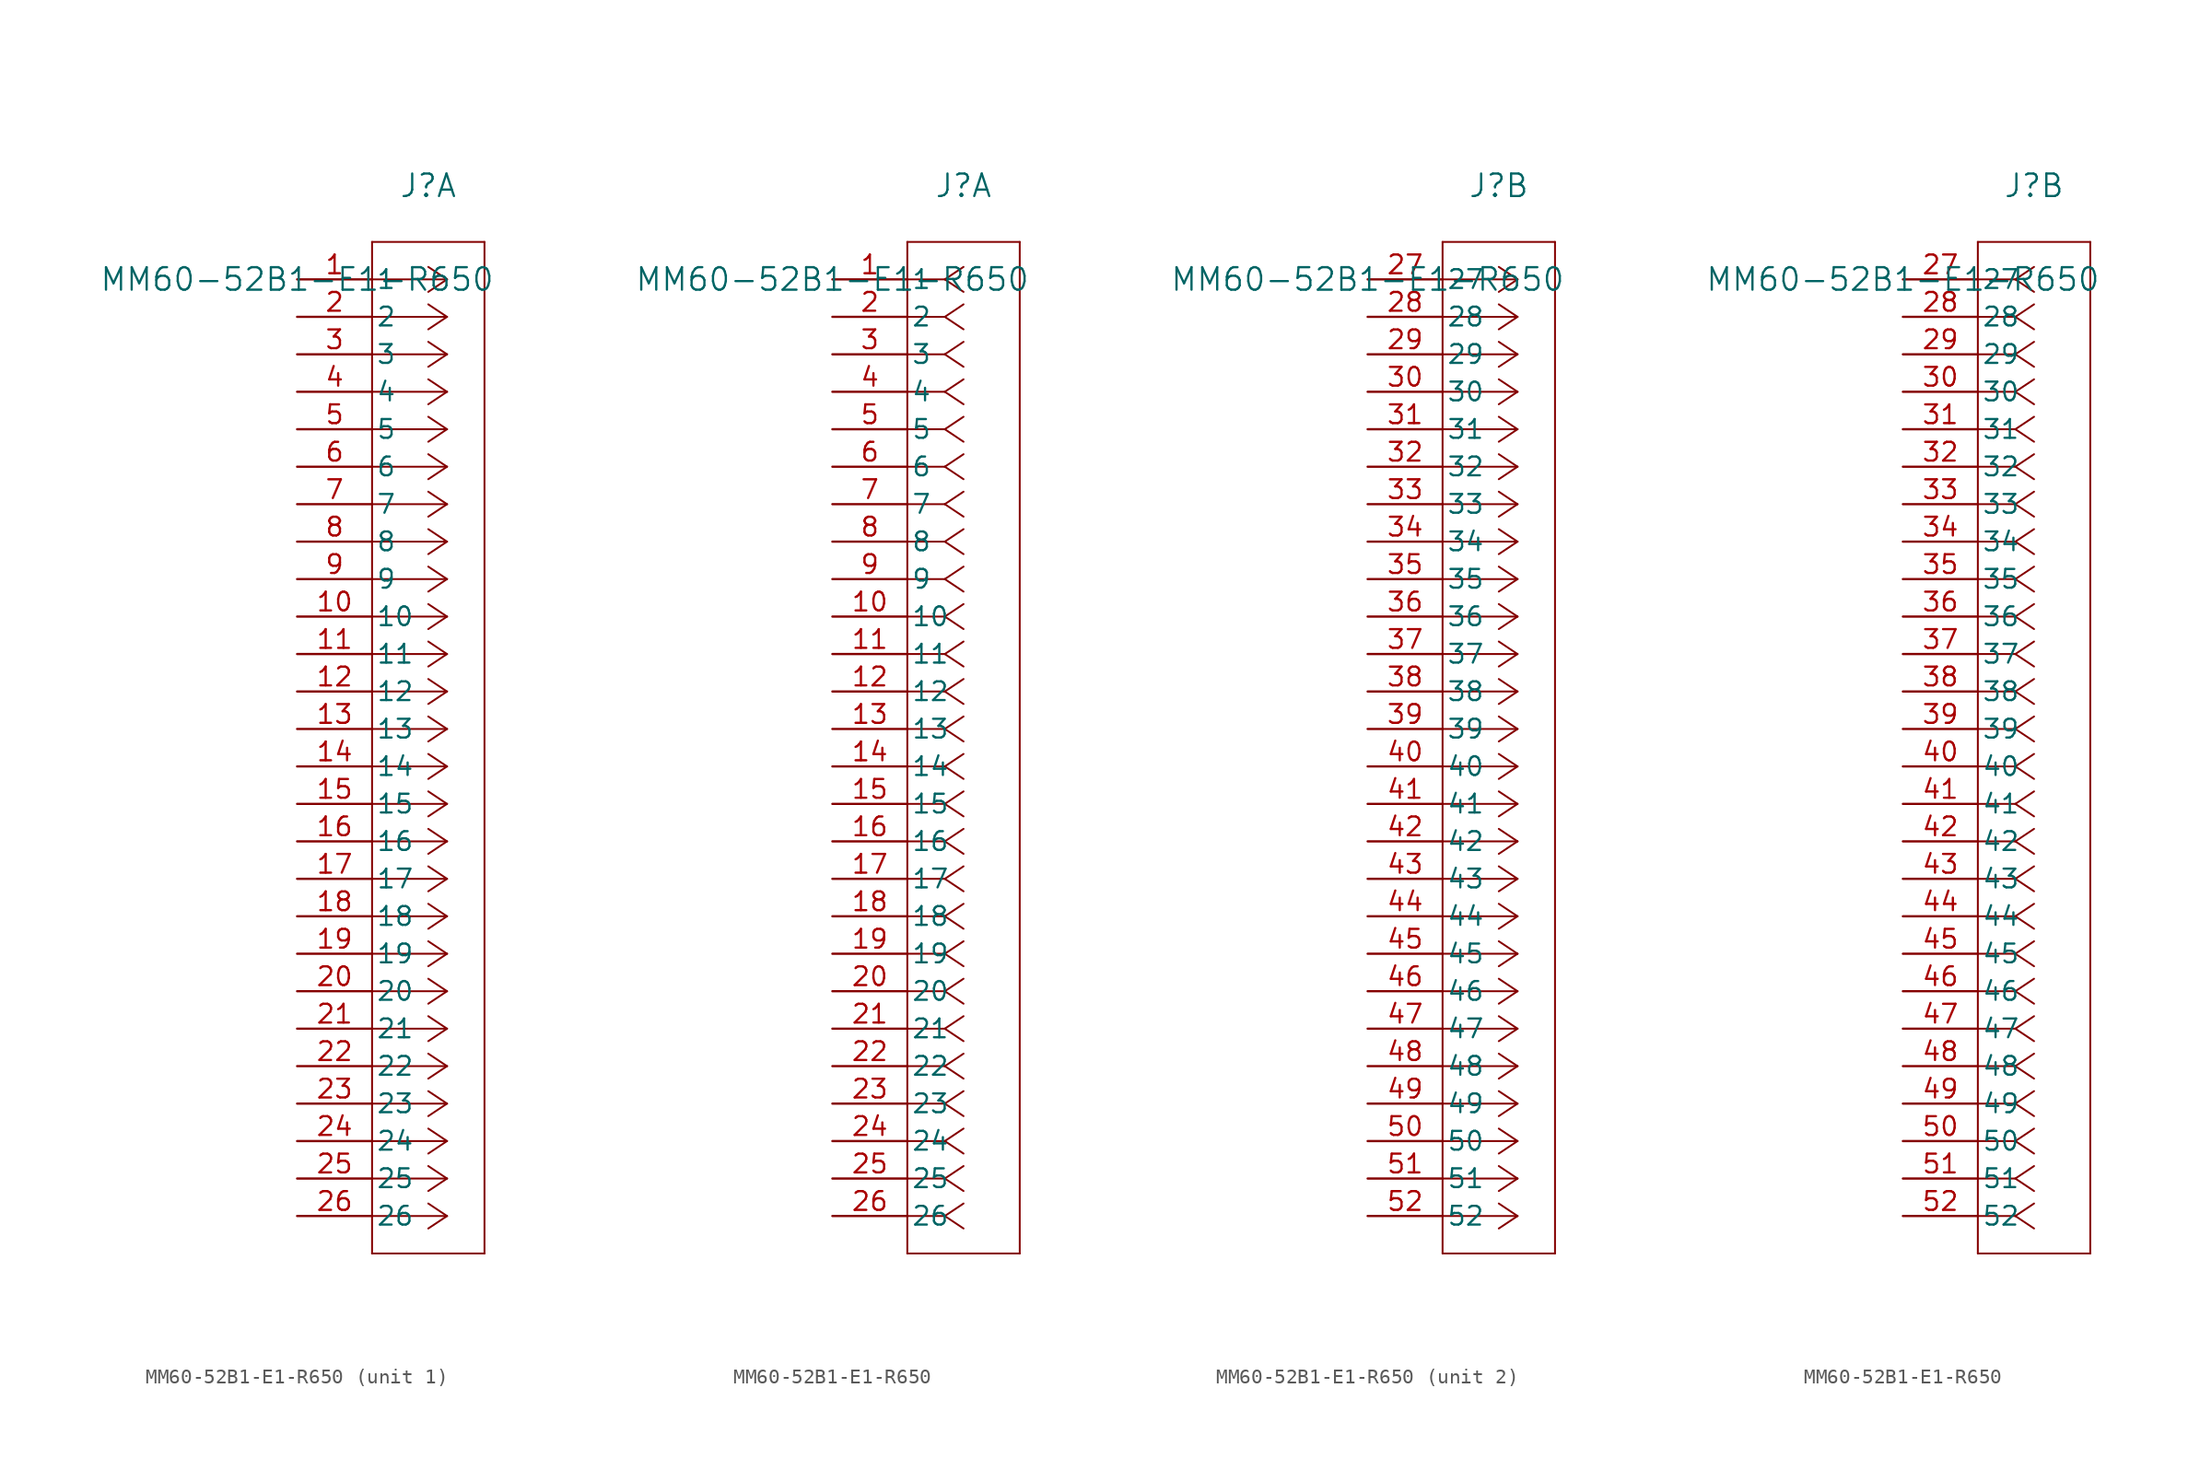
<source format=kicad_sym>
(kicad_symbol_lib
  (version 20211014)
  (generator kicad_symbol_editor)
  (symbol "MM60-52B1-E1-R650"
    (pin_names
      (offset 0.254))
    (property "Reference" "J"
      (at 8.89 6.35 0)
      (effects (font (size 1.524 1.524))))
    (property "Value" "MM60-52B1-E1-R650"
      (at 0 0 0)
      (effects (font (size 1.524 1.524))))
    (symbol "MM60-52B1-E1-R650_1_1"
      (polyline (pts (xy 10.16 0) (xy 5.08 0)) (stroke (width 0.127) (type default) (color 0 0 0 0)) (fill (type none)))
      (polyline (pts (xy 10.16 -2.54) (xy 5.08 -2.54)) (stroke (width 0.127) (type default) (color 0 0 0 0)) (fill (type none)))
      (polyline (pts (xy 10.16 -5.08) (xy 5.08 -5.08)) (stroke (width 0.127) (type default) (color 0 0 0 0)) (fill (type none)))
      (polyline (pts (xy 10.16 -7.62) (xy 5.08 -7.62)) (stroke (width 0.127) (type default) (color 0 0 0 0)) (fill (type none)))
      (polyline (pts (xy 10.16 -10.16) (xy 5.08 -10.16)) (stroke (width 0.127) (type default) (color 0 0 0 0)) (fill (type none)))
      (polyline (pts (xy 10.16 -12.7) (xy 5.08 -12.7)) (stroke (width 0.127) (type default) (color 0 0 0 0)) (fill (type none)))
      (polyline (pts (xy 10.16 -15.24) (xy 5.08 -15.24)) (stroke (width 0.127) (type default) (color 0 0 0 0)) (fill (type none)))
      (polyline (pts (xy 10.16 -17.78) (xy 5.08 -17.78)) (stroke (width 0.127) (type default) (color 0 0 0 0)) (fill (type none)))
      (polyline (pts (xy 10.16 -20.32) (xy 5.08 -20.32)) (stroke (width 0.127) (type default) (color 0 0 0 0)) (fill (type none)))
      (polyline (pts (xy 10.16 -22.86) (xy 5.08 -22.86)) (stroke (width 0.127) (type default) (color 0 0 0 0)) (fill (type none)))
      (polyline (pts (xy 10.16 -25.4) (xy 5.08 -25.4)) (stroke (width 0.127) (type default) (color 0 0 0 0)) (fill (type none)))
      (polyline (pts (xy 10.16 -27.94) (xy 5.08 -27.94)) (stroke (width 0.127) (type default) (color 0 0 0 0)) (fill (type none)))
      (polyline (pts (xy 10.16 -30.48) (xy 5.08 -30.48)) (stroke (width 0.127) (type default) (color 0 0 0 0)) (fill (type none)))
      (polyline (pts (xy 10.16 -33.02) (xy 5.08 -33.02)) (stroke (width 0.127) (type default) (color 0 0 0 0)) (fill (type none)))
      (polyline (pts (xy 10.16 -35.56) (xy 5.08 -35.56)) (stroke (width 0.127) (type default) (color 0 0 0 0)) (fill (type none)))
      (polyline (pts (xy 10.16 -38.1) (xy 5.08 -38.1)) (stroke (width 0.127) (type default) (color 0 0 0 0)) (fill (type none)))
      (polyline (pts (xy 10.16 -40.64) (xy 5.08 -40.64)) (stroke (width 0.127) (type default) (color 0 0 0 0)) (fill (type none)))
      (polyline (pts (xy 10.16 -43.18) (xy 5.08 -43.18)) (stroke (width 0.127) (type default) (color 0 0 0 0)) (fill (type none)))
      (polyline (pts (xy 10.16 -45.72) (xy 5.08 -45.72)) (stroke (width 0.127) (type default) (color 0 0 0 0)) (fill (type none)))
      (polyline (pts (xy 10.16 -48.26) (xy 5.08 -48.26)) (stroke (width 0.127) (type default) (color 0 0 0 0)) (fill (type none)))
      (polyline (pts (xy 10.16 -50.8) (xy 5.08 -50.8)) (stroke (width 0.127) (type default) (color 0 0 0 0)) (fill (type none)))
      (polyline (pts (xy 10.16 -53.34) (xy 5.08 -53.34)) (stroke (width 0.127) (type default) (color 0 0 0 0)) (fill (type none)))
      (polyline (pts (xy 10.16 -55.88) (xy 5.08 -55.88)) (stroke (width 0.127) (type default) (color 0 0 0 0)) (fill (type none)))
      (polyline (pts (xy 10.16 -58.42) (xy 5.08 -58.42)) (stroke (width 0.127) (type default) (color 0 0 0 0)) (fill (type none)))
      (polyline (pts (xy 10.16 -60.96) (xy 5.08 -60.96)) (stroke (width 0.127) (type default) (color 0 0 0 0)) (fill (type none)))
      (polyline (pts (xy 10.16 -63.5) (xy 5.08 -63.5)) (stroke (width 0.127) (type default) (color 0 0 0 0)) (fill (type none)))
      (polyline (pts (xy 10.16 0) (xy 8.89 0.847)) (stroke (width 0.127) (type default) (color 0 0 0 0)) (fill (type none)))
      (polyline (pts (xy 10.16 -2.54) (xy 8.89 -1.693)) (stroke (width 0.127) (type default) (color 0 0 0 0)) (fill (type none)))
      (polyline (pts (xy 10.16 -5.08) (xy 8.89 -4.233)) (stroke (width 0.127) (type default) (color 0 0 0 0)) (fill (type none)))
      (polyline (pts (xy 10.16 -7.62) (xy 8.89 -6.773)) (stroke (width 0.127) (type default) (color 0 0 0 0)) (fill (type none)))
      (polyline (pts (xy 10.16 -10.16) (xy 8.89 -9.313)) (stroke (width 0.127) (type default) (color 0 0 0 0)) (fill (type none)))
      (polyline (pts (xy 10.16 -12.7) (xy 8.89 -11.853)) (stroke (width 0.127) (type default) (color 0 0 0 0)) (fill (type none)))
      (polyline (pts (xy 10.16 -15.24) (xy 8.89 -14.393)) (stroke (width 0.127) (type default) (color 0 0 0 0)) (fill (type none)))
      (polyline (pts (xy 10.16 -17.78) (xy 8.89 -16.933)) (stroke (width 0.127) (type default) (color 0 0 0 0)) (fill (type none)))
      (polyline (pts (xy 10.16 -20.32) (xy 8.89 -19.473)) (stroke (width 0.127) (type default) (color 0 0 0 0)) (fill (type none)))
      (polyline (pts (xy 10.16 -22.86) (xy 8.89 -22.013)) (stroke (width 0.127) (type default) (color 0 0 0 0)) (fill (type none)))
      (polyline (pts (xy 10.16 -25.4) (xy 8.89 -24.553)) (stroke (width 0.127) (type default) (color 0 0 0 0)) (fill (type none)))
      (polyline (pts (xy 10.16 -27.94) (xy 8.89 -27.093)) (stroke (width 0.127) (type default) (color 0 0 0 0)) (fill (type none)))
      (polyline (pts (xy 10.16 -30.48) (xy 8.89 -29.633)) (stroke (width 0.127) (type default) (color 0 0 0 0)) (fill (type none)))
      (polyline (pts (xy 10.16 -33.02) (xy 8.89 -32.173)) (stroke (width 0.127) (type default) (color 0 0 0 0)) (fill (type none)))
      (polyline (pts (xy 10.16 -35.56) (xy 8.89 -34.713)) (stroke (width 0.127) (type default) (color 0 0 0 0)) (fill (type none)))
      (polyline (pts (xy 10.16 -38.1) (xy 8.89 -37.253)) (stroke (width 0.127) (type default) (color 0 0 0 0)) (fill (type none)))
      (polyline (pts (xy 10.16 -40.64) (xy 8.89 -39.793)) (stroke (width 0.127) (type default) (color 0 0 0 0)) (fill (type none)))
      (polyline (pts (xy 10.16 -43.18) (xy 8.89 -42.333)) (stroke (width 0.127) (type default) (color 0 0 0 0)) (fill (type none)))
      (polyline (pts (xy 10.16 -45.72) (xy 8.89 -44.873)) (stroke (width 0.127) (type default) (color 0 0 0 0)) (fill (type none)))
      (polyline (pts (xy 10.16 -48.26) (xy 8.89 -47.413)) (stroke (width 0.127) (type default) (color 0 0 0 0)) (fill (type none)))
      (polyline (pts (xy 10.16 -50.8) (xy 8.89 -49.953)) (stroke (width 0.127) (type default) (color 0 0 0 0)) (fill (type none)))
      (polyline (pts (xy 10.16 -53.34) (xy 8.89 -52.493)) (stroke (width 0.127) (type default) (color 0 0 0 0)) (fill (type none)))
      (polyline (pts (xy 10.16 -55.88) (xy 8.89 -55.033)) (stroke (width 0.127) (type default) (color 0 0 0 0)) (fill (type none)))
      (polyline (pts (xy 10.16 -58.42) (xy 8.89 -57.573)) (stroke (width 0.127) (type default) (color 0 0 0 0)) (fill (type none)))
      (polyline (pts (xy 10.16 -60.96) (xy 8.89 -60.113)) (stroke (width 0.127) (type default) (color 0 0 0 0)) (fill (type none)))
      (polyline (pts (xy 10.16 -63.5) (xy 8.89 -62.653)) (stroke (width 0.127) (type default) (color 0 0 0 0)) (fill (type none)))
      (polyline (pts (xy 10.16 0) (xy 8.89 -0.847)) (stroke (width 0.127) (type default) (color 0 0 0 0)) (fill (type none)))
      (polyline (pts (xy 10.16 -2.54) (xy 8.89 -3.387)) (stroke (width 0.127) (type default) (color 0 0 0 0)) (fill (type none)))
      (polyline (pts (xy 10.16 -5.08) (xy 8.89 -5.927)) (stroke (width 0.127) (type default) (color 0 0 0 0)) (fill (type none)))
      (polyline (pts (xy 10.16 -7.62) (xy 8.89 -8.467)) (stroke (width 0.127) (type default) (color 0 0 0 0)) (fill (type none)))
      (polyline (pts (xy 10.16 -10.16) (xy 8.89 -11.007)) (stroke (width 0.127) (type default) (color 0 0 0 0)) (fill (type none)))
      (polyline (pts (xy 10.16 -12.7) (xy 8.89 -13.547)) (stroke (width 0.127) (type default) (color 0 0 0 0)) (fill (type none)))
      (polyline (pts (xy 10.16 -15.24) (xy 8.89 -16.087)) (stroke (width 0.127) (type default) (color 0 0 0 0)) (fill (type none)))
      (polyline (pts (xy 10.16 -17.78) (xy 8.89 -18.627)) (stroke (width 0.127) (type default) (color 0 0 0 0)) (fill (type none)))
      (polyline (pts (xy 10.16 -20.32) (xy 8.89 -21.167)) (stroke (width 0.127) (type default) (color 0 0 0 0)) (fill (type none)))
      (polyline (pts (xy 10.16 -22.86) (xy 8.89 -23.707)) (stroke (width 0.127) (type default) (color 0 0 0 0)) (fill (type none)))
      (polyline (pts (xy 10.16 -25.4) (xy 8.89 -26.247)) (stroke (width 0.127) (type default) (color 0 0 0 0)) (fill (type none)))
      (polyline (pts (xy 10.16 -27.94) (xy 8.89 -28.787)) (stroke (width 0.127) (type default) (color 0 0 0 0)) (fill (type none)))
      (polyline (pts (xy 10.16 -30.48) (xy 8.89 -31.327)) (stroke (width 0.127) (type default) (color 0 0 0 0)) (fill (type none)))
      (polyline (pts (xy 10.16 -33.02) (xy 8.89 -33.867)) (stroke (width 0.127) (type default) (color 0 0 0 0)) (fill (type none)))
      (polyline (pts (xy 10.16 -35.56) (xy 8.89 -36.407)) (stroke (width 0.127) (type default) (color 0 0 0 0)) (fill (type none)))
      (polyline (pts (xy 10.16 -38.1) (xy 8.89 -38.947)) (stroke (width 0.127) (type default) (color 0 0 0 0)) (fill (type none)))
      (polyline (pts (xy 10.16 -40.64) (xy 8.89 -41.487)) (stroke (width 0.127) (type default) (color 0 0 0 0)) (fill (type none)))
      (polyline (pts (xy 10.16 -43.18) (xy 8.89 -44.027)) (stroke (width 0.127) (type default) (color 0 0 0 0)) (fill (type none)))
      (polyline (pts (xy 10.16 -45.72) (xy 8.89 -46.567)) (stroke (width 0.127) (type default) (color 0 0 0 0)) (fill (type none)))
      (polyline (pts (xy 10.16 -48.26) (xy 8.89 -49.107)) (stroke (width 0.127) (type default) (color 0 0 0 0)) (fill (type none)))
      (polyline (pts (xy 10.16 -50.8) (xy 8.89 -51.647)) (stroke (width 0.127) (type default) (color 0 0 0 0)) (fill (type none)))
      (polyline (pts (xy 10.16 -53.34) (xy 8.89 -54.187)) (stroke (width 0.127) (type default) (color 0 0 0 0)) (fill (type none)))
      (polyline (pts (xy 10.16 -55.88) (xy 8.89 -56.727)) (stroke (width 0.127) (type default) (color 0 0 0 0)) (fill (type none)))
      (polyline (pts (xy 10.16 -58.42) (xy 8.89 -59.267)) (stroke (width 0.127) (type default) (color 0 0 0 0)) (fill (type none)))
      (polyline (pts (xy 10.16 -60.96) (xy 8.89 -61.807)) (stroke (width 0.127) (type default) (color 0 0 0 0)) (fill (type none)))
      (polyline (pts (xy 10.16 -63.5) (xy 8.89 -64.347)) (stroke (width 0.127) (type default) (color 0 0 0 0)) (fill (type none)))
      (polyline (pts (xy 5.08 2.54) (xy 5.08 -66.04)) (stroke (width 0.127) (type default) (color 0 0 0 0)) (fill (type none)))
      (polyline (pts (xy 5.08 -66.04) (xy 12.7 -66.04)) (stroke (width 0.127) (type default) (color 0 0 0 0)) (fill (type none)))
      (polyline (pts (xy 12.7 -66.04) (xy 12.7 2.54)) (stroke (width 0.127) (type default) (color 0 0 0 0)) (fill (type none)))
      (polyline (pts (xy 12.7 2.54) (xy 5.08 2.54)) (stroke (width 0.127) (type default) (color 0 0 0 0)) (fill (type none)))
      (pin unspecified line (at 0 0 0) (length 5.08) (name "1" (effects (font (size 1.27 1.27)))) (number "1" (effects (font (size 1.27 1.27)))))
      (pin unspecified line (at 0 -2.54 0) (length 5.08) (name "2" (effects (font (size 1.27 1.27)))) (number "2" (effects (font (size 1.27 1.27)))))
      (pin unspecified line (at 0 -5.08 0) (length 5.08) (name "3" (effects (font (size 1.27 1.27)))) (number "3" (effects (font (size 1.27 1.27)))))
      (pin unspecified line (at 0 -7.62 0) (length 5.08) (name "4" (effects (font (size 1.27 1.27)))) (number "4" (effects (font (size 1.27 1.27)))))
      (pin unspecified line (at 0 -10.16 0) (length 5.08) (name "5" (effects (font (size 1.27 1.27)))) (number "5" (effects (font (size 1.27 1.27)))))
      (pin unspecified line (at 0 -12.7 0) (length 5.08) (name "6" (effects (font (size 1.27 1.27)))) (number "6" (effects (font (size 1.27 1.27)))))
      (pin unspecified line (at 0 -15.24 0) (length 5.08) (name "7" (effects (font (size 1.27 1.27)))) (number "7" (effects (font (size 1.27 1.27)))))
      (pin unspecified line (at 0 -17.78 0) (length 5.08) (name "8" (effects (font (size 1.27 1.27)))) (number "8" (effects (font (size 1.27 1.27)))))
      (pin unspecified line (at 0 -20.32 0) (length 5.08) (name "9" (effects (font (size 1.27 1.27)))) (number "9" (effects (font (size 1.27 1.27)))))
      (pin unspecified line (at 0 -22.86 0) (length 5.08) (name "10" (effects (font (size 1.27 1.27)))) (number "10" (effects (font (size 1.27 1.27)))))
      (pin unspecified line (at 0 -25.4 0) (length 5.08) (name "11" (effects (font (size 1.27 1.27)))) (number "11" (effects (font (size 1.27 1.27)))))
      (pin unspecified line (at 0 -27.94 0) (length 5.08) (name "12" (effects (font (size 1.27 1.27)))) (number "12" (effects (font (size 1.27 1.27)))))
      (pin unspecified line (at 0 -30.48 0) (length 5.08) (name "13" (effects (font (size 1.27 1.27)))) (number "13" (effects (font (size 1.27 1.27)))))
      (pin unspecified line (at 0 -33.02 0) (length 5.08) (name "14" (effects (font (size 1.27 1.27)))) (number "14" (effects (font (size 1.27 1.27)))))
      (pin unspecified line (at 0 -35.56 0) (length 5.08) (name "15" (effects (font (size 1.27 1.27)))) (number "15" (effects (font (size 1.27 1.27)))))
      (pin unspecified line (at 0 -38.1 0) (length 5.08) (name "16" (effects (font (size 1.27 1.27)))) (number "16" (effects (font (size 1.27 1.27)))))
      (pin unspecified line (at 0 -40.64 0) (length 5.08) (name "17" (effects (font (size 1.27 1.27)))) (number "17" (effects (font (size 1.27 1.27)))))
      (pin unspecified line (at 0 -43.18 0) (length 5.08) (name "18" (effects (font (size 1.27 1.27)))) (number "18" (effects (font (size 1.27 1.27)))))
      (pin unspecified line (at 0 -45.72 0) (length 5.08) (name "19" (effects (font (size 1.27 1.27)))) (number "19" (effects (font (size 1.27 1.27)))))
      (pin unspecified line (at 0 -48.26 0) (length 5.08) (name "20" (effects (font (size 1.27 1.27)))) (number "20" (effects (font (size 1.27 1.27)))))
      (pin unspecified line (at 0 -50.8 0) (length 5.08) (name "21" (effects (font (size 1.27 1.27)))) (number "21" (effects (font (size 1.27 1.27)))))
      (pin unspecified line (at 0 -53.34 0) (length 5.08) (name "22" (effects (font (size 1.27 1.27)))) (number "22" (effects (font (size 1.27 1.27)))))
      (pin unspecified line (at 0 -55.88 0) (length 5.08) (name "23" (effects (font (size 1.27 1.27)))) (number "23" (effects (font (size 1.27 1.27)))))
      (pin unspecified line (at 0 -58.42 0) (length 5.08) (name "24" (effects (font (size 1.27 1.27)))) (number "24" (effects (font (size 1.27 1.27)))))
      (pin unspecified line (at 0 -60.96 0) (length 5.08) (name "25" (effects (font (size 1.27 1.27)))) (number "25" (effects (font (size 1.27 1.27)))))
      (pin unspecified line (at 0 -63.5 0) (length 5.08) (name "26" (effects (font (size 1.27 1.27)))) (number "26" (effects (font (size 1.27 1.27))))))
    (symbol "MM60-52B1-E1-R650_1_2"
      (polyline (pts (xy 7.62 0) (xy 5.08 0)) (stroke (width 0.127) (type default) (color 0 0 0 0)) (fill (type none)))
      (polyline (pts (xy 7.62 -2.54) (xy 5.08 -2.54)) (stroke (width 0.127) (type default) (color 0 0 0 0)) (fill (type none)))
      (polyline (pts (xy 7.62 -5.08) (xy 5.08 -5.08)) (stroke (width 0.127) (type default) (color 0 0 0 0)) (fill (type none)))
      (polyline (pts (xy 7.62 -7.62) (xy 5.08 -7.62)) (stroke (width 0.127) (type default) (color 0 0 0 0)) (fill (type none)))
      (polyline (pts (xy 7.62 -10.16) (xy 5.08 -10.16)) (stroke (width 0.127) (type default) (color 0 0 0 0)) (fill (type none)))
      (polyline (pts (xy 7.62 -12.7) (xy 5.08 -12.7)) (stroke (width 0.127) (type default) (color 0 0 0 0)) (fill (type none)))
      (polyline (pts (xy 7.62 -15.24) (xy 5.08 -15.24)) (stroke (width 0.127) (type default) (color 0 0 0 0)) (fill (type none)))
      (polyline (pts (xy 7.62 -17.78) (xy 5.08 -17.78)) (stroke (width 0.127) (type default) (color 0 0 0 0)) (fill (type none)))
      (polyline (pts (xy 7.62 -20.32) (xy 5.08 -20.32)) (stroke (width 0.127) (type default) (color 0 0 0 0)) (fill (type none)))
      (polyline (pts (xy 7.62 -22.86) (xy 5.08 -22.86)) (stroke (width 0.127) (type default) (color 0 0 0 0)) (fill (type none)))
      (polyline (pts (xy 7.62 -25.4) (xy 5.08 -25.4)) (stroke (width 0.127) (type default) (color 0 0 0 0)) (fill (type none)))
      (polyline (pts (xy 7.62 -27.94) (xy 5.08 -27.94)) (stroke (width 0.127) (type default) (color 0 0 0 0)) (fill (type none)))
      (polyline (pts (xy 7.62 -30.48) (xy 5.08 -30.48)) (stroke (width 0.127) (type default) (color 0 0 0 0)) (fill (type none)))
      (polyline (pts (xy 7.62 -33.02) (xy 5.08 -33.02)) (stroke (width 0.127) (type default) (color 0 0 0 0)) (fill (type none)))
      (polyline (pts (xy 7.62 -35.56) (xy 5.08 -35.56)) (stroke (width 0.127) (type default) (color 0 0 0 0)) (fill (type none)))
      (polyline (pts (xy 7.62 -38.1) (xy 5.08 -38.1)) (stroke (width 0.127) (type default) (color 0 0 0 0)) (fill (type none)))
      (polyline (pts (xy 7.62 -40.64) (xy 5.08 -40.64)) (stroke (width 0.127) (type default) (color 0 0 0 0)) (fill (type none)))
      (polyline (pts (xy 7.62 -43.18) (xy 5.08 -43.18)) (stroke (width 0.127) (type default) (color 0 0 0 0)) (fill (type none)))
      (polyline (pts (xy 7.62 -45.72) (xy 5.08 -45.72)) (stroke (width 0.127) (type default) (color 0 0 0 0)) (fill (type none)))
      (polyline (pts (xy 7.62 -48.26) (xy 5.08 -48.26)) (stroke (width 0.127) (type default) (color 0 0 0 0)) (fill (type none)))
      (polyline (pts (xy 7.62 -50.8) (xy 5.08 -50.8)) (stroke (width 0.127) (type default) (color 0 0 0 0)) (fill (type none)))
      (polyline (pts (xy 7.62 -53.34) (xy 5.08 -53.34)) (stroke (width 0.127) (type default) (color 0 0 0 0)) (fill (type none)))
      (polyline (pts (xy 7.62 -55.88) (xy 5.08 -55.88)) (stroke (width 0.127) (type default) (color 0 0 0 0)) (fill (type none)))
      (polyline (pts (xy 7.62 -58.42) (xy 5.08 -58.42)) (stroke (width 0.127) (type default) (color 0 0 0 0)) (fill (type none)))
      (polyline (pts (xy 7.62 -60.96) (xy 5.08 -60.96)) (stroke (width 0.127) (type default) (color 0 0 0 0)) (fill (type none)))
      (polyline (pts (xy 7.62 -63.5) (xy 5.08 -63.5)) (stroke (width 0.127) (type default) (color 0 0 0 0)) (fill (type none)))
      (polyline (pts (xy 7.62 0) (xy 8.89 0.847)) (stroke (width 0.127) (type default) (color 0 0 0 0)) (fill (type none)))
      (polyline (pts (xy 7.62 -2.54) (xy 8.89 -1.693)) (stroke (width 0.127) (type default) (color 0 0 0 0)) (fill (type none)))
      (polyline (pts (xy 7.62 -5.08) (xy 8.89 -4.233)) (stroke (width 0.127) (type default) (color 0 0 0 0)) (fill (type none)))
      (polyline (pts (xy 7.62 -7.62) (xy 8.89 -6.773)) (stroke (width 0.127) (type default) (color 0 0 0 0)) (fill (type none)))
      (polyline (pts (xy 7.62 -10.16) (xy 8.89 -9.313)) (stroke (width 0.127) (type default) (color 0 0 0 0)) (fill (type none)))
      (polyline (pts (xy 7.62 -12.7) (xy 8.89 -11.853)) (stroke (width 0.127) (type default) (color 0 0 0 0)) (fill (type none)))
      (polyline (pts (xy 7.62 -15.24) (xy 8.89 -14.393)) (stroke (width 0.127) (type default) (color 0 0 0 0)) (fill (type none)))
      (polyline (pts (xy 7.62 -17.78) (xy 8.89 -16.933)) (stroke (width 0.127) (type default) (color 0 0 0 0)) (fill (type none)))
      (polyline (pts (xy 7.62 -20.32) (xy 8.89 -19.473)) (stroke (width 0.127) (type default) (color 0 0 0 0)) (fill (type none)))
      (polyline (pts (xy 7.62 -22.86) (xy 8.89 -22.013)) (stroke (width 0.127) (type default) (color 0 0 0 0)) (fill (type none)))
      (polyline (pts (xy 7.62 -25.4) (xy 8.89 -24.553)) (stroke (width 0.127) (type default) (color 0 0 0 0)) (fill (type none)))
      (polyline (pts (xy 7.62 -27.94) (xy 8.89 -27.093)) (stroke (width 0.127) (type default) (color 0 0 0 0)) (fill (type none)))
      (polyline (pts (xy 7.62 -30.48) (xy 8.89 -29.633)) (stroke (width 0.127) (type default) (color 0 0 0 0)) (fill (type none)))
      (polyline (pts (xy 7.62 -33.02) (xy 8.89 -32.173)) (stroke (width 0.127) (type default) (color 0 0 0 0)) (fill (type none)))
      (polyline (pts (xy 7.62 -35.56) (xy 8.89 -34.713)) (stroke (width 0.127) (type default) (color 0 0 0 0)) (fill (type none)))
      (polyline (pts (xy 7.62 -38.1) (xy 8.89 -37.253)) (stroke (width 0.127) (type default) (color 0 0 0 0)) (fill (type none)))
      (polyline (pts (xy 7.62 -40.64) (xy 8.89 -39.793)) (stroke (width 0.127) (type default) (color 0 0 0 0)) (fill (type none)))
      (polyline (pts (xy 7.62 -43.18) (xy 8.89 -42.333)) (stroke (width 0.127) (type default) (color 0 0 0 0)) (fill (type none)))
      (polyline (pts (xy 7.62 -45.72) (xy 8.89 -44.873)) (stroke (width 0.127) (type default) (color 0 0 0 0)) (fill (type none)))
      (polyline (pts (xy 7.62 -48.26) (xy 8.89 -47.413)) (stroke (width 0.127) (type default) (color 0 0 0 0)) (fill (type none)))
      (polyline (pts (xy 7.62 -50.8) (xy 8.89 -49.953)) (stroke (width 0.127) (type default) (color 0 0 0 0)) (fill (type none)))
      (polyline (pts (xy 7.62 -53.34) (xy 8.89 -52.493)) (stroke (width 0.127) (type default) (color 0 0 0 0)) (fill (type none)))
      (polyline (pts (xy 7.62 -55.88) (xy 8.89 -55.033)) (stroke (width 0.127) (type default) (color 0 0 0 0)) (fill (type none)))
      (polyline (pts (xy 7.62 -58.42) (xy 8.89 -57.573)) (stroke (width 0.127) (type default) (color 0 0 0 0)) (fill (type none)))
      (polyline (pts (xy 7.62 -60.96) (xy 8.89 -60.113)) (stroke (width 0.127) (type default) (color 0 0 0 0)) (fill (type none)))
      (polyline (pts (xy 7.62 -63.5) (xy 8.89 -62.653)) (stroke (width 0.127) (type default) (color 0 0 0 0)) (fill (type none)))
      (polyline (pts (xy 7.62 0) (xy 8.89 -0.847)) (stroke (width 0.127) (type default) (color 0 0 0 0)) (fill (type none)))
      (polyline (pts (xy 7.62 -2.54) (xy 8.89 -3.387)) (stroke (width 0.127) (type default) (color 0 0 0 0)) (fill (type none)))
      (polyline (pts (xy 7.62 -5.08) (xy 8.89 -5.927)) (stroke (width 0.127) (type default) (color 0 0 0 0)) (fill (type none)))
      (polyline (pts (xy 7.62 -7.62) (xy 8.89 -8.467)) (stroke (width 0.127) (type default) (color 0 0 0 0)) (fill (type none)))
      (polyline (pts (xy 7.62 -10.16) (xy 8.89 -11.007)) (stroke (width 0.127) (type default) (color 0 0 0 0)) (fill (type none)))
      (polyline (pts (xy 7.62 -12.7) (xy 8.89 -13.547)) (stroke (width 0.127) (type default) (color 0 0 0 0)) (fill (type none)))
      (polyline (pts (xy 7.62 -15.24) (xy 8.89 -16.087)) (stroke (width 0.127) (type default) (color 0 0 0 0)) (fill (type none)))
      (polyline (pts (xy 7.62 -17.78) (xy 8.89 -18.627)) (stroke (width 0.127) (type default) (color 0 0 0 0)) (fill (type none)))
      (polyline (pts (xy 7.62 -20.32) (xy 8.89 -21.167)) (stroke (width 0.127) (type default) (color 0 0 0 0)) (fill (type none)))
      (polyline (pts (xy 7.62 -22.86) (xy 8.89 -23.707)) (stroke (width 0.127) (type default) (color 0 0 0 0)) (fill (type none)))
      (polyline (pts (xy 7.62 -25.4) (xy 8.89 -26.247)) (stroke (width 0.127) (type default) (color 0 0 0 0)) (fill (type none)))
      (polyline (pts (xy 7.62 -27.94) (xy 8.89 -28.787)) (stroke (width 0.127) (type default) (color 0 0 0 0)) (fill (type none)))
      (polyline (pts (xy 7.62 -30.48) (xy 8.89 -31.327)) (stroke (width 0.127) (type default) (color 0 0 0 0)) (fill (type none)))
      (polyline (pts (xy 7.62 -33.02) (xy 8.89 -33.867)) (stroke (width 0.127) (type default) (color 0 0 0 0)) (fill (type none)))
      (polyline (pts (xy 7.62 -35.56) (xy 8.89 -36.407)) (stroke (width 0.127) (type default) (color 0 0 0 0)) (fill (type none)))
      (polyline (pts (xy 7.62 -38.1) (xy 8.89 -38.947)) (stroke (width 0.127) (type default) (color 0 0 0 0)) (fill (type none)))
      (polyline (pts (xy 7.62 -40.64) (xy 8.89 -41.487)) (stroke (width 0.127) (type default) (color 0 0 0 0)) (fill (type none)))
      (polyline (pts (xy 7.62 -43.18) (xy 8.89 -44.027)) (stroke (width 0.127) (type default) (color 0 0 0 0)) (fill (type none)))
      (polyline (pts (xy 7.62 -45.72) (xy 8.89 -46.567)) (stroke (width 0.127) (type default) (color 0 0 0 0)) (fill (type none)))
      (polyline (pts (xy 7.62 -48.26) (xy 8.89 -49.107)) (stroke (width 0.127) (type default) (color 0 0 0 0)) (fill (type none)))
      (polyline (pts (xy 7.62 -50.8) (xy 8.89 -51.647)) (stroke (width 0.127) (type default) (color 0 0 0 0)) (fill (type none)))
      (polyline (pts (xy 7.62 -53.34) (xy 8.89 -54.187)) (stroke (width 0.127) (type default) (color 0 0 0 0)) (fill (type none)))
      (polyline (pts (xy 7.62 -55.88) (xy 8.89 -56.727)) (stroke (width 0.127) (type default) (color 0 0 0 0)) (fill (type none)))
      (polyline (pts (xy 7.62 -58.42) (xy 8.89 -59.267)) (stroke (width 0.127) (type default) (color 0 0 0 0)) (fill (type none)))
      (polyline (pts (xy 7.62 -60.96) (xy 8.89 -61.807)) (stroke (width 0.127) (type default) (color 0 0 0 0)) (fill (type none)))
      (polyline (pts (xy 7.62 -63.5) (xy 8.89 -64.347)) (stroke (width 0.127) (type default) (color 0 0 0 0)) (fill (type none)))
      (polyline (pts (xy 5.08 2.54) (xy 5.08 -66.04)) (stroke (width 0.127) (type default) (color 0 0 0 0)) (fill (type none)))
      (polyline (pts (xy 5.08 -66.04) (xy 12.7 -66.04)) (stroke (width 0.127) (type default) (color 0 0 0 0)) (fill (type none)))
      (polyline (pts (xy 12.7 -66.04) (xy 12.7 2.54)) (stroke (width 0.127) (type default) (color 0 0 0 0)) (fill (type none)))
      (polyline (pts (xy 12.7 2.54) (xy 5.08 2.54)) (stroke (width 0.127) (type default) (color 0 0 0 0)) (fill (type none)))
      (pin unspecified line (at 0 0 0) (length 5.08) (name "1" (effects (font (size 1.27 1.27)))) (number "1" (effects (font (size 1.27 1.27)))))
      (pin unspecified line (at 0 -2.54 0) (length 5.08) (name "2" (effects (font (size 1.27 1.27)))) (number "2" (effects (font (size 1.27 1.27)))))
      (pin unspecified line (at 0 -5.08 0) (length 5.08) (name "3" (effects (font (size 1.27 1.27)))) (number "3" (effects (font (size 1.27 1.27)))))
      (pin unspecified line (at 0 -7.62 0) (length 5.08) (name "4" (effects (font (size 1.27 1.27)))) (number "4" (effects (font (size 1.27 1.27)))))
      (pin unspecified line (at 0 -10.16 0) (length 5.08) (name "5" (effects (font (size 1.27 1.27)))) (number "5" (effects (font (size 1.27 1.27)))))
      (pin unspecified line (at 0 -12.7 0) (length 5.08) (name "6" (effects (font (size 1.27 1.27)))) (number "6" (effects (font (size 1.27 1.27)))))
      (pin unspecified line (at 0 -15.24 0) (length 5.08) (name "7" (effects (font (size 1.27 1.27)))) (number "7" (effects (font (size 1.27 1.27)))))
      (pin unspecified line (at 0 -17.78 0) (length 5.08) (name "8" (effects (font (size 1.27 1.27)))) (number "8" (effects (font (size 1.27 1.27)))))
      (pin unspecified line (at 0 -20.32 0) (length 5.08) (name "9" (effects (font (size 1.27 1.27)))) (number "9" (effects (font (size 1.27 1.27)))))
      (pin unspecified line (at 0 -22.86 0) (length 5.08) (name "10" (effects (font (size 1.27 1.27)))) (number "10" (effects (font (size 1.27 1.27)))))
      (pin unspecified line (at 0 -25.4 0) (length 5.08) (name "11" (effects (font (size 1.27 1.27)))) (number "11" (effects (font (size 1.27 1.27)))))
      (pin unspecified line (at 0 -27.94 0) (length 5.08) (name "12" (effects (font (size 1.27 1.27)))) (number "12" (effects (font (size 1.27 1.27)))))
      (pin unspecified line (at 0 -30.48 0) (length 5.08) (name "13" (effects (font (size 1.27 1.27)))) (number "13" (effects (font (size 1.27 1.27)))))
      (pin unspecified line (at 0 -33.02 0) (length 5.08) (name "14" (effects (font (size 1.27 1.27)))) (number "14" (effects (font (size 1.27 1.27)))))
      (pin unspecified line (at 0 -35.56 0) (length 5.08) (name "15" (effects (font (size 1.27 1.27)))) (number "15" (effects (font (size 1.27 1.27)))))
      (pin unspecified line (at 0 -38.1 0) (length 5.08) (name "16" (effects (font (size 1.27 1.27)))) (number "16" (effects (font (size 1.27 1.27)))))
      (pin unspecified line (at 0 -40.64 0) (length 5.08) (name "17" (effects (font (size 1.27 1.27)))) (number "17" (effects (font (size 1.27 1.27)))))
      (pin unspecified line (at 0 -43.18 0) (length 5.08) (name "18" (effects (font (size 1.27 1.27)))) (number "18" (effects (font (size 1.27 1.27)))))
      (pin unspecified line (at 0 -45.72 0) (length 5.08) (name "19" (effects (font (size 1.27 1.27)))) (number "19" (effects (font (size 1.27 1.27)))))
      (pin unspecified line (at 0 -48.26 0) (length 5.08) (name "20" (effects (font (size 1.27 1.27)))) (number "20" (effects (font (size 1.27 1.27)))))
      (pin unspecified line (at 0 -50.8 0) (length 5.08) (name "21" (effects (font (size 1.27 1.27)))) (number "21" (effects (font (size 1.27 1.27)))))
      (pin unspecified line (at 0 -53.34 0) (length 5.08) (name "22" (effects (font (size 1.27 1.27)))) (number "22" (effects (font (size 1.27 1.27)))))
      (pin unspecified line (at 0 -55.88 0) (length 5.08) (name "23" (effects (font (size 1.27 1.27)))) (number "23" (effects (font (size 1.27 1.27)))))
      (pin unspecified line (at 0 -58.42 0) (length 5.08) (name "24" (effects (font (size 1.27 1.27)))) (number "24" (effects (font (size 1.27 1.27)))))
      (pin unspecified line (at 0 -60.96 0) (length 5.08) (name "25" (effects (font (size 1.27 1.27)))) (number "25" (effects (font (size 1.27 1.27)))))
      (pin unspecified line (at 0 -63.5 0) (length 5.08) (name "26" (effects (font (size 1.27 1.27)))) (number "26" (effects (font (size 1.27 1.27))))))
    (symbol "MM60-52B1-E1-R650_2_1"
      (polyline (pts (xy 10.16 0) (xy 5.08 0)) (stroke (width 0.127) (type default) (color 0 0 0 0)) (fill (type none)))
      (polyline (pts (xy 10.16 -2.54) (xy 5.08 -2.54)) (stroke (width 0.127) (type default) (color 0 0 0 0)) (fill (type none)))
      (polyline (pts (xy 10.16 -5.08) (xy 5.08 -5.08)) (stroke (width 0.127) (type default) (color 0 0 0 0)) (fill (type none)))
      (polyline (pts (xy 10.16 -7.62) (xy 5.08 -7.62)) (stroke (width 0.127) (type default) (color 0 0 0 0)) (fill (type none)))
      (polyline (pts (xy 10.16 -10.16) (xy 5.08 -10.16)) (stroke (width 0.127) (type default) (color 0 0 0 0)) (fill (type none)))
      (polyline (pts (xy 10.16 -12.7) (xy 5.08 -12.7)) (stroke (width 0.127) (type default) (color 0 0 0 0)) (fill (type none)))
      (polyline (pts (xy 10.16 -15.24) (xy 5.08 -15.24)) (stroke (width 0.127) (type default) (color 0 0 0 0)) (fill (type none)))
      (polyline (pts (xy 10.16 -17.78) (xy 5.08 -17.78)) (stroke (width 0.127) (type default) (color 0 0 0 0)) (fill (type none)))
      (polyline (pts (xy 10.16 -20.32) (xy 5.08 -20.32)) (stroke (width 0.127) (type default) (color 0 0 0 0)) (fill (type none)))
      (polyline (pts (xy 10.16 -22.86) (xy 5.08 -22.86)) (stroke (width 0.127) (type default) (color 0 0 0 0)) (fill (type none)))
      (polyline (pts (xy 10.16 -25.4) (xy 5.08 -25.4)) (stroke (width 0.127) (type default) (color 0 0 0 0)) (fill (type none)))
      (polyline (pts (xy 10.16 -27.94) (xy 5.08 -27.94)) (stroke (width 0.127) (type default) (color 0 0 0 0)) (fill (type none)))
      (polyline (pts (xy 10.16 -30.48) (xy 5.08 -30.48)) (stroke (width 0.127) (type default) (color 0 0 0 0)) (fill (type none)))
      (polyline (pts (xy 10.16 -33.02) (xy 5.08 -33.02)) (stroke (width 0.127) (type default) (color 0 0 0 0)) (fill (type none)))
      (polyline (pts (xy 10.16 -35.56) (xy 5.08 -35.56)) (stroke (width 0.127) (type default) (color 0 0 0 0)) (fill (type none)))
      (polyline (pts (xy 10.16 -38.1) (xy 5.08 -38.1)) (stroke (width 0.127) (type default) (color 0 0 0 0)) (fill (type none)))
      (polyline (pts (xy 10.16 -40.64) (xy 5.08 -40.64)) (stroke (width 0.127) (type default) (color 0 0 0 0)) (fill (type none)))
      (polyline (pts (xy 10.16 -43.18) (xy 5.08 -43.18)) (stroke (width 0.127) (type default) (color 0 0 0 0)) (fill (type none)))
      (polyline (pts (xy 10.16 -45.72) (xy 5.08 -45.72)) (stroke (width 0.127) (type default) (color 0 0 0 0)) (fill (type none)))
      (polyline (pts (xy 10.16 -48.26) (xy 5.08 -48.26)) (stroke (width 0.127) (type default) (color 0 0 0 0)) (fill (type none)))
      (polyline (pts (xy 10.16 -50.8) (xy 5.08 -50.8)) (stroke (width 0.127) (type default) (color 0 0 0 0)) (fill (type none)))
      (polyline (pts (xy 10.16 -53.34) (xy 5.08 -53.34)) (stroke (width 0.127) (type default) (color 0 0 0 0)) (fill (type none)))
      (polyline (pts (xy 10.16 -55.88) (xy 5.08 -55.88)) (stroke (width 0.127) (type default) (color 0 0 0 0)) (fill (type none)))
      (polyline (pts (xy 10.16 -58.42) (xy 5.08 -58.42)) (stroke (width 0.127) (type default) (color 0 0 0 0)) (fill (type none)))
      (polyline (pts (xy 10.16 -60.96) (xy 5.08 -60.96)) (stroke (width 0.127) (type default) (color 0 0 0 0)) (fill (type none)))
      (polyline (pts (xy 10.16 -63.5) (xy 5.08 -63.5)) (stroke (width 0.127) (type default) (color 0 0 0 0)) (fill (type none)))
      (polyline (pts (xy 10.16 0) (xy 8.89 0.847)) (stroke (width 0.127) (type default) (color 0 0 0 0)) (fill (type none)))
      (polyline (pts (xy 10.16 -2.54) (xy 8.89 -1.693)) (stroke (width 0.127) (type default) (color 0 0 0 0)) (fill (type none)))
      (polyline (pts (xy 10.16 -5.08) (xy 8.89 -4.233)) (stroke (width 0.127) (type default) (color 0 0 0 0)) (fill (type none)))
      (polyline (pts (xy 10.16 -7.62) (xy 8.89 -6.773)) (stroke (width 0.127) (type default) (color 0 0 0 0)) (fill (type none)))
      (polyline (pts (xy 10.16 -10.16) (xy 8.89 -9.313)) (stroke (width 0.127) (type default) (color 0 0 0 0)) (fill (type none)))
      (polyline (pts (xy 10.16 -12.7) (xy 8.89 -11.853)) (stroke (width 0.127) (type default) (color 0 0 0 0)) (fill (type none)))
      (polyline (pts (xy 10.16 -15.24) (xy 8.89 -14.393)) (stroke (width 0.127) (type default) (color 0 0 0 0)) (fill (type none)))
      (polyline (pts (xy 10.16 -17.78) (xy 8.89 -16.933)) (stroke (width 0.127) (type default) (color 0 0 0 0)) (fill (type none)))
      (polyline (pts (xy 10.16 -20.32) (xy 8.89 -19.473)) (stroke (width 0.127) (type default) (color 0 0 0 0)) (fill (type none)))
      (polyline (pts (xy 10.16 -22.86) (xy 8.89 -22.013)) (stroke (width 0.127) (type default) (color 0 0 0 0)) (fill (type none)))
      (polyline (pts (xy 10.16 -25.4) (xy 8.89 -24.553)) (stroke (width 0.127) (type default) (color 0 0 0 0)) (fill (type none)))
      (polyline (pts (xy 10.16 -27.94) (xy 8.89 -27.093)) (stroke (width 0.127) (type default) (color 0 0 0 0)) (fill (type none)))
      (polyline (pts (xy 10.16 -30.48) (xy 8.89 -29.633)) (stroke (width 0.127) (type default) (color 0 0 0 0)) (fill (type none)))
      (polyline (pts (xy 10.16 -33.02) (xy 8.89 -32.173)) (stroke (width 0.127) (type default) (color 0 0 0 0)) (fill (type none)))
      (polyline (pts (xy 10.16 -35.56) (xy 8.89 -34.713)) (stroke (width 0.127) (type default) (color 0 0 0 0)) (fill (type none)))
      (polyline (pts (xy 10.16 -38.1) (xy 8.89 -37.253)) (stroke (width 0.127) (type default) (color 0 0 0 0)) (fill (type none)))
      (polyline (pts (xy 10.16 -40.64) (xy 8.89 -39.793)) (stroke (width 0.127) (type default) (color 0 0 0 0)) (fill (type none)))
      (polyline (pts (xy 10.16 -43.18) (xy 8.89 -42.333)) (stroke (width 0.127) (type default) (color 0 0 0 0)) (fill (type none)))
      (polyline (pts (xy 10.16 -45.72) (xy 8.89 -44.873)) (stroke (width 0.127) (type default) (color 0 0 0 0)) (fill (type none)))
      (polyline (pts (xy 10.16 -48.26) (xy 8.89 -47.413)) (stroke (width 0.127) (type default) (color 0 0 0 0)) (fill (type none)))
      (polyline (pts (xy 10.16 -50.8) (xy 8.89 -49.953)) (stroke (width 0.127) (type default) (color 0 0 0 0)) (fill (type none)))
      (polyline (pts (xy 10.16 -53.34) (xy 8.89 -52.493)) (stroke (width 0.127) (type default) (color 0 0 0 0)) (fill (type none)))
      (polyline (pts (xy 10.16 -55.88) (xy 8.89 -55.033)) (stroke (width 0.127) (type default) (color 0 0 0 0)) (fill (type none)))
      (polyline (pts (xy 10.16 -58.42) (xy 8.89 -57.573)) (stroke (width 0.127) (type default) (color 0 0 0 0)) (fill (type none)))
      (polyline (pts (xy 10.16 -60.96) (xy 8.89 -60.113)) (stroke (width 0.127) (type default) (color 0 0 0 0)) (fill (type none)))
      (polyline (pts (xy 10.16 -63.5) (xy 8.89 -62.653)) (stroke (width 0.127) (type default) (color 0 0 0 0)) (fill (type none)))
      (polyline (pts (xy 10.16 0) (xy 8.89 -0.847)) (stroke (width 0.127) (type default) (color 0 0 0 0)) (fill (type none)))
      (polyline (pts (xy 10.16 -2.54) (xy 8.89 -3.387)) (stroke (width 0.127) (type default) (color 0 0 0 0)) (fill (type none)))
      (polyline (pts (xy 10.16 -5.08) (xy 8.89 -5.927)) (stroke (width 0.127) (type default) (color 0 0 0 0)) (fill (type none)))
      (polyline (pts (xy 10.16 -7.62) (xy 8.89 -8.467)) (stroke (width 0.127) (type default) (color 0 0 0 0)) (fill (type none)))
      (polyline (pts (xy 10.16 -10.16) (xy 8.89 -11.007)) (stroke (width 0.127) (type default) (color 0 0 0 0)) (fill (type none)))
      (polyline (pts (xy 10.16 -12.7) (xy 8.89 -13.547)) (stroke (width 0.127) (type default) (color 0 0 0 0)) (fill (type none)))
      (polyline (pts (xy 10.16 -15.24) (xy 8.89 -16.087)) (stroke (width 0.127) (type default) (color 0 0 0 0)) (fill (type none)))
      (polyline (pts (xy 10.16 -17.78) (xy 8.89 -18.627)) (stroke (width 0.127) (type default) (color 0 0 0 0)) (fill (type none)))
      (polyline (pts (xy 10.16 -20.32) (xy 8.89 -21.167)) (stroke (width 0.127) (type default) (color 0 0 0 0)) (fill (type none)))
      (polyline (pts (xy 10.16 -22.86) (xy 8.89 -23.707)) (stroke (width 0.127) (type default) (color 0 0 0 0)) (fill (type none)))
      (polyline (pts (xy 10.16 -25.4) (xy 8.89 -26.247)) (stroke (width 0.127) (type default) (color 0 0 0 0)) (fill (type none)))
      (polyline (pts (xy 10.16 -27.94) (xy 8.89 -28.787)) (stroke (width 0.127) (type default) (color 0 0 0 0)) (fill (type none)))
      (polyline (pts (xy 10.16 -30.48) (xy 8.89 -31.327)) (stroke (width 0.127) (type default) (color 0 0 0 0)) (fill (type none)))
      (polyline (pts (xy 10.16 -33.02) (xy 8.89 -33.867)) (stroke (width 0.127) (type default) (color 0 0 0 0)) (fill (type none)))
      (polyline (pts (xy 10.16 -35.56) (xy 8.89 -36.407)) (stroke (width 0.127) (type default) (color 0 0 0 0)) (fill (type none)))
      (polyline (pts (xy 10.16 -38.1) (xy 8.89 -38.947)) (stroke (width 0.127) (type default) (color 0 0 0 0)) (fill (type none)))
      (polyline (pts (xy 10.16 -40.64) (xy 8.89 -41.487)) (stroke (width 0.127) (type default) (color 0 0 0 0)) (fill (type none)))
      (polyline (pts (xy 10.16 -43.18) (xy 8.89 -44.027)) (stroke (width 0.127) (type default) (color 0 0 0 0)) (fill (type none)))
      (polyline (pts (xy 10.16 -45.72) (xy 8.89 -46.567)) (stroke (width 0.127) (type default) (color 0 0 0 0)) (fill (type none)))
      (polyline (pts (xy 10.16 -48.26) (xy 8.89 -49.107)) (stroke (width 0.127) (type default) (color 0 0 0 0)) (fill (type none)))
      (polyline (pts (xy 10.16 -50.8) (xy 8.89 -51.647)) (stroke (width 0.127) (type default) (color 0 0 0 0)) (fill (type none)))
      (polyline (pts (xy 10.16 -53.34) (xy 8.89 -54.187)) (stroke (width 0.127) (type default) (color 0 0 0 0)) (fill (type none)))
      (polyline (pts (xy 10.16 -55.88) (xy 8.89 -56.727)) (stroke (width 0.127) (type default) (color 0 0 0 0)) (fill (type none)))
      (polyline (pts (xy 10.16 -58.42) (xy 8.89 -59.267)) (stroke (width 0.127) (type default) (color 0 0 0 0)) (fill (type none)))
      (polyline (pts (xy 10.16 -60.96) (xy 8.89 -61.807)) (stroke (width 0.127) (type default) (color 0 0 0 0)) (fill (type none)))
      (polyline (pts (xy 10.16 -63.5) (xy 8.89 -64.347)) (stroke (width 0.127) (type default) (color 0 0 0 0)) (fill (type none)))
      (polyline (pts (xy 5.08 2.54) (xy 5.08 -66.04)) (stroke (width 0.127) (type default) (color 0 0 0 0)) (fill (type none)))
      (polyline (pts (xy 5.08 -66.04) (xy 12.7 -66.04)) (stroke (width 0.127) (type default) (color 0 0 0 0)) (fill (type none)))
      (polyline (pts (xy 12.7 -66.04) (xy 12.7 2.54)) (stroke (width 0.127) (type default) (color 0 0 0 0)) (fill (type none)))
      (polyline (pts (xy 12.7 2.54) (xy 5.08 2.54)) (stroke (width 0.127) (type default) (color 0 0 0 0)) (fill (type none)))
      (pin unspecified line (at 0 0 0) (length 5.08) (name "27" (effects (font (size 1.27 1.27)))) (number "27" (effects (font (size 1.27 1.27)))))
      (pin unspecified line (at 0 -2.54 0) (length 5.08) (name "28" (effects (font (size 1.27 1.27)))) (number "28" (effects (font (size 1.27 1.27)))))
      (pin unspecified line (at 0 -5.08 0) (length 5.08) (name "29" (effects (font (size 1.27 1.27)))) (number "29" (effects (font (size 1.27 1.27)))))
      (pin unspecified line (at 0 -7.62 0) (length 5.08) (name "30" (effects (font (size 1.27 1.27)))) (number "30" (effects (font (size 1.27 1.27)))))
      (pin unspecified line (at 0 -10.16 0) (length 5.08) (name "31" (effects (font (size 1.27 1.27)))) (number "31" (effects (font (size 1.27 1.27)))))
      (pin unspecified line (at 0 -12.7 0) (length 5.08) (name "32" (effects (font (size 1.27 1.27)))) (number "32" (effects (font (size 1.27 1.27)))))
      (pin unspecified line (at 0 -15.24 0) (length 5.08) (name "33" (effects (font (size 1.27 1.27)))) (number "33" (effects (font (size 1.27 1.27)))))
      (pin unspecified line (at 0 -17.78 0) (length 5.08) (name "34" (effects (font (size 1.27 1.27)))) (number "34" (effects (font (size 1.27 1.27)))))
      (pin unspecified line (at 0 -20.32 0) (length 5.08) (name "35" (effects (font (size 1.27 1.27)))) (number "35" (effects (font (size 1.27 1.27)))))
      (pin unspecified line (at 0 -22.86 0) (length 5.08) (name "36" (effects (font (size 1.27 1.27)))) (number "36" (effects (font (size 1.27 1.27)))))
      (pin unspecified line (at 0 -25.4 0) (length 5.08) (name "37" (effects (font (size 1.27 1.27)))) (number "37" (effects (font (size 1.27 1.27)))))
      (pin unspecified line (at 0 -27.94 0) (length 5.08) (name "38" (effects (font (size 1.27 1.27)))) (number "38" (effects (font (size 1.27 1.27)))))
      (pin unspecified line (at 0 -30.48 0) (length 5.08) (name "39" (effects (font (size 1.27 1.27)))) (number "39" (effects (font (size 1.27 1.27)))))
      (pin unspecified line (at 0 -33.02 0) (length 5.08) (name "40" (effects (font (size 1.27 1.27)))) (number "40" (effects (font (size 1.27 1.27)))))
      (pin unspecified line (at 0 -35.56 0) (length 5.08) (name "41" (effects (font (size 1.27 1.27)))) (number "41" (effects (font (size 1.27 1.27)))))
      (pin unspecified line (at 0 -38.1 0) (length 5.08) (name "42" (effects (font (size 1.27 1.27)))) (number "42" (effects (font (size 1.27 1.27)))))
      (pin unspecified line (at 0 -40.64 0) (length 5.08) (name "43" (effects (font (size 1.27 1.27)))) (number "43" (effects (font (size 1.27 1.27)))))
      (pin unspecified line (at 0 -43.18 0) (length 5.08) (name "44" (effects (font (size 1.27 1.27)))) (number "44" (effects (font (size 1.27 1.27)))))
      (pin unspecified line (at 0 -45.72 0) (length 5.08) (name "45" (effects (font (size 1.27 1.27)))) (number "45" (effects (font (size 1.27 1.27)))))
      (pin unspecified line (at 0 -48.26 0) (length 5.08) (name "46" (effects (font (size 1.27 1.27)))) (number "46" (effects (font (size 1.27 1.27)))))
      (pin unspecified line (at 0 -50.8 0) (length 5.08) (name "47" (effects (font (size 1.27 1.27)))) (number "47" (effects (font (size 1.27 1.27)))))
      (pin unspecified line (at 0 -53.34 0) (length 5.08) (name "48" (effects (font (size 1.27 1.27)))) (number "48" (effects (font (size 1.27 1.27)))))
      (pin unspecified line (at 0 -55.88 0) (length 5.08) (name "49" (effects (font (size 1.27 1.27)))) (number "49" (effects (font (size 1.27 1.27)))))
      (pin unspecified line (at 0 -58.42 0) (length 5.08) (name "50" (effects (font (size 1.27 1.27)))) (number "50" (effects (font (size 1.27 1.27)))))
      (pin unspecified line (at 0 -60.96 0) (length 5.08) (name "51" (effects (font (size 1.27 1.27)))) (number "51" (effects (font (size 1.27 1.27)))))
      (pin unspecified line (at 0 -63.5 0) (length 5.08) (name "52" (effects (font (size 1.27 1.27)))) (number "52" (effects (font (size 1.27 1.27))))))
    (symbol "MM60-52B1-E1-R650_2_2"
      (polyline (pts (xy 7.62 0) (xy 5.08 0)) (stroke (width 0.127) (type default) (color 0 0 0 0)) (fill (type none)))
      (polyline (pts (xy 7.62 -2.54) (xy 5.08 -2.54)) (stroke (width 0.127) (type default) (color 0 0 0 0)) (fill (type none)))
      (polyline (pts (xy 7.62 -5.08) (xy 5.08 -5.08)) (stroke (width 0.127) (type default) (color 0 0 0 0)) (fill (type none)))
      (polyline (pts (xy 7.62 -7.62) (xy 5.08 -7.62)) (stroke (width 0.127) (type default) (color 0 0 0 0)) (fill (type none)))
      (polyline (pts (xy 7.62 -10.16) (xy 5.08 -10.16)) (stroke (width 0.127) (type default) (color 0 0 0 0)) (fill (type none)))
      (polyline (pts (xy 7.62 -12.7) (xy 5.08 -12.7)) (stroke (width 0.127) (type default) (color 0 0 0 0)) (fill (type none)))
      (polyline (pts (xy 7.62 -15.24) (xy 5.08 -15.24)) (stroke (width 0.127) (type default) (color 0 0 0 0)) (fill (type none)))
      (polyline (pts (xy 7.62 -17.78) (xy 5.08 -17.78)) (stroke (width 0.127) (type default) (color 0 0 0 0)) (fill (type none)))
      (polyline (pts (xy 7.62 -20.32) (xy 5.08 -20.32)) (stroke (width 0.127) (type default) (color 0 0 0 0)) (fill (type none)))
      (polyline (pts (xy 7.62 -22.86) (xy 5.08 -22.86)) (stroke (width 0.127) (type default) (color 0 0 0 0)) (fill (type none)))
      (polyline (pts (xy 7.62 -25.4) (xy 5.08 -25.4)) (stroke (width 0.127) (type default) (color 0 0 0 0)) (fill (type none)))
      (polyline (pts (xy 7.62 -27.94) (xy 5.08 -27.94)) (stroke (width 0.127) (type default) (color 0 0 0 0)) (fill (type none)))
      (polyline (pts (xy 7.62 -30.48) (xy 5.08 -30.48)) (stroke (width 0.127) (type default) (color 0 0 0 0)) (fill (type none)))
      (polyline (pts (xy 7.62 -33.02) (xy 5.08 -33.02)) (stroke (width 0.127) (type default) (color 0 0 0 0)) (fill (type none)))
      (polyline (pts (xy 7.62 -35.56) (xy 5.08 -35.56)) (stroke (width 0.127) (type default) (color 0 0 0 0)) (fill (type none)))
      (polyline (pts (xy 7.62 -38.1) (xy 5.08 -38.1)) (stroke (width 0.127) (type default) (color 0 0 0 0)) (fill (type none)))
      (polyline (pts (xy 7.62 -40.64) (xy 5.08 -40.64)) (stroke (width 0.127) (type default) (color 0 0 0 0)) (fill (type none)))
      (polyline (pts (xy 7.62 -43.18) (xy 5.08 -43.18)) (stroke (width 0.127) (type default) (color 0 0 0 0)) (fill (type none)))
      (polyline (pts (xy 7.62 -45.72) (xy 5.08 -45.72)) (stroke (width 0.127) (type default) (color 0 0 0 0)) (fill (type none)))
      (polyline (pts (xy 7.62 -48.26) (xy 5.08 -48.26)) (stroke (width 0.127) (type default) (color 0 0 0 0)) (fill (type none)))
      (polyline (pts (xy 7.62 -50.8) (xy 5.08 -50.8)) (stroke (width 0.127) (type default) (color 0 0 0 0)) (fill (type none)))
      (polyline (pts (xy 7.62 -53.34) (xy 5.08 -53.34)) (stroke (width 0.127) (type default) (color 0 0 0 0)) (fill (type none)))
      (polyline (pts (xy 7.62 -55.88) (xy 5.08 -55.88)) (stroke (width 0.127) (type default) (color 0 0 0 0)) (fill (type none)))
      (polyline (pts (xy 7.62 -58.42) (xy 5.08 -58.42)) (stroke (width 0.127) (type default) (color 0 0 0 0)) (fill (type none)))
      (polyline (pts (xy 7.62 -60.96) (xy 5.08 -60.96)) (stroke (width 0.127) (type default) (color 0 0 0 0)) (fill (type none)))
      (polyline (pts (xy 7.62 -63.5) (xy 5.08 -63.5)) (stroke (width 0.127) (type default) (color 0 0 0 0)) (fill (type none)))
      (polyline (pts (xy 7.62 0) (xy 8.89 0.847)) (stroke (width 0.127) (type default) (color 0 0 0 0)) (fill (type none)))
      (polyline (pts (xy 7.62 -2.54) (xy 8.89 -1.693)) (stroke (width 0.127) (type default) (color 0 0 0 0)) (fill (type none)))
      (polyline (pts (xy 7.62 -5.08) (xy 8.89 -4.233)) (stroke (width 0.127) (type default) (color 0 0 0 0)) (fill (type none)))
      (polyline (pts (xy 7.62 -7.62) (xy 8.89 -6.773)) (stroke (width 0.127) (type default) (color 0 0 0 0)) (fill (type none)))
      (polyline (pts (xy 7.62 -10.16) (xy 8.89 -9.313)) (stroke (width 0.127) (type default) (color 0 0 0 0)) (fill (type none)))
      (polyline (pts (xy 7.62 -12.7) (xy 8.89 -11.853)) (stroke (width 0.127) (type default) (color 0 0 0 0)) (fill (type none)))
      (polyline (pts (xy 7.62 -15.24) (xy 8.89 -14.393)) (stroke (width 0.127) (type default) (color 0 0 0 0)) (fill (type none)))
      (polyline (pts (xy 7.62 -17.78) (xy 8.89 -16.933)) (stroke (width 0.127) (type default) (color 0 0 0 0)) (fill (type none)))
      (polyline (pts (xy 7.62 -20.32) (xy 8.89 -19.473)) (stroke (width 0.127) (type default) (color 0 0 0 0)) (fill (type none)))
      (polyline (pts (xy 7.62 -22.86) (xy 8.89 -22.013)) (stroke (width 0.127) (type default) (color 0 0 0 0)) (fill (type none)))
      (polyline (pts (xy 7.62 -25.4) (xy 8.89 -24.553)) (stroke (width 0.127) (type default) (color 0 0 0 0)) (fill (type none)))
      (polyline (pts (xy 7.62 -27.94) (xy 8.89 -27.093)) (stroke (width 0.127) (type default) (color 0 0 0 0)) (fill (type none)))
      (polyline (pts (xy 7.62 -30.48) (xy 8.89 -29.633)) (stroke (width 0.127) (type default) (color 0 0 0 0)) (fill (type none)))
      (polyline (pts (xy 7.62 -33.02) (xy 8.89 -32.173)) (stroke (width 0.127) (type default) (color 0 0 0 0)) (fill (type none)))
      (polyline (pts (xy 7.62 -35.56) (xy 8.89 -34.713)) (stroke (width 0.127) (type default) (color 0 0 0 0)) (fill (type none)))
      (polyline (pts (xy 7.62 -38.1) (xy 8.89 -37.253)) (stroke (width 0.127) (type default) (color 0 0 0 0)) (fill (type none)))
      (polyline (pts (xy 7.62 -40.64) (xy 8.89 -39.793)) (stroke (width 0.127) (type default) (color 0 0 0 0)) (fill (type none)))
      (polyline (pts (xy 7.62 -43.18) (xy 8.89 -42.333)) (stroke (width 0.127) (type default) (color 0 0 0 0)) (fill (type none)))
      (polyline (pts (xy 7.62 -45.72) (xy 8.89 -44.873)) (stroke (width 0.127) (type default) (color 0 0 0 0)) (fill (type none)))
      (polyline (pts (xy 7.62 -48.26) (xy 8.89 -47.413)) (stroke (width 0.127) (type default) (color 0 0 0 0)) (fill (type none)))
      (polyline (pts (xy 7.62 -50.8) (xy 8.89 -49.953)) (stroke (width 0.127) (type default) (color 0 0 0 0)) (fill (type none)))
      (polyline (pts (xy 7.62 -53.34) (xy 8.89 -52.493)) (stroke (width 0.127) (type default) (color 0 0 0 0)) (fill (type none)))
      (polyline (pts (xy 7.62 -55.88) (xy 8.89 -55.033)) (stroke (width 0.127) (type default) (color 0 0 0 0)) (fill (type none)))
      (polyline (pts (xy 7.62 -58.42) (xy 8.89 -57.573)) (stroke (width 0.127) (type default) (color 0 0 0 0)) (fill (type none)))
      (polyline (pts (xy 7.62 -60.96) (xy 8.89 -60.113)) (stroke (width 0.127) (type default) (color 0 0 0 0)) (fill (type none)))
      (polyline (pts (xy 7.62 -63.5) (xy 8.89 -62.653)) (stroke (width 0.127) (type default) (color 0 0 0 0)) (fill (type none)))
      (polyline (pts (xy 7.62 0) (xy 8.89 -0.847)) (stroke (width 0.127) (type default) (color 0 0 0 0)) (fill (type none)))
      (polyline (pts (xy 7.62 -2.54) (xy 8.89 -3.387)) (stroke (width 0.127) (type default) (color 0 0 0 0)) (fill (type none)))
      (polyline (pts (xy 7.62 -5.08) (xy 8.89 -5.927)) (stroke (width 0.127) (type default) (color 0 0 0 0)) (fill (type none)))
      (polyline (pts (xy 7.62 -7.62) (xy 8.89 -8.467)) (stroke (width 0.127) (type default) (color 0 0 0 0)) (fill (type none)))
      (polyline (pts (xy 7.62 -10.16) (xy 8.89 -11.007)) (stroke (width 0.127) (type default) (color 0 0 0 0)) (fill (type none)))
      (polyline (pts (xy 7.62 -12.7) (xy 8.89 -13.547)) (stroke (width 0.127) (type default) (color 0 0 0 0)) (fill (type none)))
      (polyline (pts (xy 7.62 -15.24) (xy 8.89 -16.087)) (stroke (width 0.127) (type default) (color 0 0 0 0)) (fill (type none)))
      (polyline (pts (xy 7.62 -17.78) (xy 8.89 -18.627)) (stroke (width 0.127) (type default) (color 0 0 0 0)) (fill (type none)))
      (polyline (pts (xy 7.62 -20.32) (xy 8.89 -21.167)) (stroke (width 0.127) (type default) (color 0 0 0 0)) (fill (type none)))
      (polyline (pts (xy 7.62 -22.86) (xy 8.89 -23.707)) (stroke (width 0.127) (type default) (color 0 0 0 0)) (fill (type none)))
      (polyline (pts (xy 7.62 -25.4) (xy 8.89 -26.247)) (stroke (width 0.127) (type default) (color 0 0 0 0)) (fill (type none)))
      (polyline (pts (xy 7.62 -27.94) (xy 8.89 -28.787)) (stroke (width 0.127) (type default) (color 0 0 0 0)) (fill (type none)))
      (polyline (pts (xy 7.62 -30.48) (xy 8.89 -31.327)) (stroke (width 0.127) (type default) (color 0 0 0 0)) (fill (type none)))
      (polyline (pts (xy 7.62 -33.02) (xy 8.89 -33.867)) (stroke (width 0.127) (type default) (color 0 0 0 0)) (fill (type none)))
      (polyline (pts (xy 7.62 -35.56) (xy 8.89 -36.407)) (stroke (width 0.127) (type default) (color 0 0 0 0)) (fill (type none)))
      (polyline (pts (xy 7.62 -38.1) (xy 8.89 -38.947)) (stroke (width 0.127) (type default) (color 0 0 0 0)) (fill (type none)))
      (polyline (pts (xy 7.62 -40.64) (xy 8.89 -41.487)) (stroke (width 0.127) (type default) (color 0 0 0 0)) (fill (type none)))
      (polyline (pts (xy 7.62 -43.18) (xy 8.89 -44.027)) (stroke (width 0.127) (type default) (color 0 0 0 0)) (fill (type none)))
      (polyline (pts (xy 7.62 -45.72) (xy 8.89 -46.567)) (stroke (width 0.127) (type default) (color 0 0 0 0)) (fill (type none)))
      (polyline (pts (xy 7.62 -48.26) (xy 8.89 -49.107)) (stroke (width 0.127) (type default) (color 0 0 0 0)) (fill (type none)))
      (polyline (pts (xy 7.62 -50.8) (xy 8.89 -51.647)) (stroke (width 0.127) (type default) (color 0 0 0 0)) (fill (type none)))
      (polyline (pts (xy 7.62 -53.34) (xy 8.89 -54.187)) (stroke (width 0.127) (type default) (color 0 0 0 0)) (fill (type none)))
      (polyline (pts (xy 7.62 -55.88) (xy 8.89 -56.727)) (stroke (width 0.127) (type default) (color 0 0 0 0)) (fill (type none)))
      (polyline (pts (xy 7.62 -58.42) (xy 8.89 -59.267)) (stroke (width 0.127) (type default) (color 0 0 0 0)) (fill (type none)))
      (polyline (pts (xy 7.62 -60.96) (xy 8.89 -61.807)) (stroke (width 0.127) (type default) (color 0 0 0 0)) (fill (type none)))
      (polyline (pts (xy 7.62 -63.5) (xy 8.89 -64.347)) (stroke (width 0.127) (type default) (color 0 0 0 0)) (fill (type none)))
      (polyline (pts (xy 5.08 2.54) (xy 5.08 -66.04)) (stroke (width 0.127) (type default) (color 0 0 0 0)) (fill (type none)))
      (polyline (pts (xy 5.08 -66.04) (xy 12.7 -66.04)) (stroke (width 0.127) (type default) (color 0 0 0 0)) (fill (type none)))
      (polyline (pts (xy 12.7 -66.04) (xy 12.7 2.54)) (stroke (width 0.127) (type default) (color 0 0 0 0)) (fill (type none)))
      (polyline (pts (xy 12.7 2.54) (xy 5.08 2.54)) (stroke (width 0.127) (type default) (color 0 0 0 0)) (fill (type none)))
      (pin unspecified line (at 0 0 0) (length 5.08) (name "27" (effects (font (size 1.27 1.27)))) (number "27" (effects (font (size 1.27 1.27)))))
      (pin unspecified line (at 0 -2.54 0) (length 5.08) (name "28" (effects (font (size 1.27 1.27)))) (number "28" (effects (font (size 1.27 1.27)))))
      (pin unspecified line (at 0 -5.08 0) (length 5.08) (name "29" (effects (font (size 1.27 1.27)))) (number "29" (effects (font (size 1.27 1.27)))))
      (pin unspecified line (at 0 -7.62 0) (length 5.08) (name "30" (effects (font (size 1.27 1.27)))) (number "30" (effects (font (size 1.27 1.27)))))
      (pin unspecified line (at 0 -10.16 0) (length 5.08) (name "31" (effects (font (size 1.27 1.27)))) (number "31" (effects (font (size 1.27 1.27)))))
      (pin unspecified line (at 0 -12.7 0) (length 5.08) (name "32" (effects (font (size 1.27 1.27)))) (number "32" (effects (font (size 1.27 1.27)))))
      (pin unspecified line (at 0 -15.24 0) (length 5.08) (name "33" (effects (font (size 1.27 1.27)))) (number "33" (effects (font (size 1.27 1.27)))))
      (pin unspecified line (at 0 -17.78 0) (length 5.08) (name "34" (effects (font (size 1.27 1.27)))) (number "34" (effects (font (size 1.27 1.27)))))
      (pin unspecified line (at 0 -20.32 0) (length 5.08) (name "35" (effects (font (size 1.27 1.27)))) (number "35" (effects (font (size 1.27 1.27)))))
      (pin unspecified line (at 0 -22.86 0) (length 5.08) (name "36" (effects (font (size 1.27 1.27)))) (number "36" (effects (font (size 1.27 1.27)))))
      (pin unspecified line (at 0 -25.4 0) (length 5.08) (name "37" (effects (font (size 1.27 1.27)))) (number "37" (effects (font (size 1.27 1.27)))))
      (pin unspecified line (at 0 -27.94 0) (length 5.08) (name "38" (effects (font (size 1.27 1.27)))) (number "38" (effects (font (size 1.27 1.27)))))
      (pin unspecified line (at 0 -30.48 0) (length 5.08) (name "39" (effects (font (size 1.27 1.27)))) (number "39" (effects (font (size 1.27 1.27)))))
      (pin unspecified line (at 0 -33.02 0) (length 5.08) (name "40" (effects (font (size 1.27 1.27)))) (number "40" (effects (font (size 1.27 1.27)))))
      (pin unspecified line (at 0 -35.56 0) (length 5.08) (name "41" (effects (font (size 1.27 1.27)))) (number "41" (effects (font (size 1.27 1.27)))))
      (pin unspecified line (at 0 -38.1 0) (length 5.08) (name "42" (effects (font (size 1.27 1.27)))) (number "42" (effects (font (size 1.27 1.27)))))
      (pin unspecified line (at 0 -40.64 0) (length 5.08) (name "43" (effects (font (size 1.27 1.27)))) (number "43" (effects (font (size 1.27 1.27)))))
      (pin unspecified line (at 0 -43.18 0) (length 5.08) (name "44" (effects (font (size 1.27 1.27)))) (number "44" (effects (font (size 1.27 1.27)))))
      (pin unspecified line (at 0 -45.72 0) (length 5.08) (name "45" (effects (font (size 1.27 1.27)))) (number "45" (effects (font (size 1.27 1.27)))))
      (pin unspecified line (at 0 -48.26 0) (length 5.08) (name "46" (effects (font (size 1.27 1.27)))) (number "46" (effects (font (size 1.27 1.27)))))
      (pin unspecified line (at 0 -50.8 0) (length 5.08) (name "47" (effects (font (size 1.27 1.27)))) (number "47" (effects (font (size 1.27 1.27)))))
      (pin unspecified line (at 0 -53.34 0) (length 5.08) (name "48" (effects (font (size 1.27 1.27)))) (number "48" (effects (font (size 1.27 1.27)))))
      (pin unspecified line (at 0 -55.88 0) (length 5.08) (name "49" (effects (font (size 1.27 1.27)))) (number "49" (effects (font (size 1.27 1.27)))))
      (pin unspecified line (at 0 -58.42 0) (length 5.08) (name "50" (effects (font (size 1.27 1.27)))) (number "50" (effects (font (size 1.27 1.27)))))
      (pin unspecified line (at 0 -60.96 0) (length 5.08) (name "51" (effects (font (size 1.27 1.27)))) (number "51" (effects (font (size 1.27 1.27)))))
      (pin unspecified line (at 0 -63.5 0) (length 5.08) (name "52" (effects (font (size 1.27 1.27)))) (number "52" (effects (font (size 1.27 1.27))))))))
</source>
